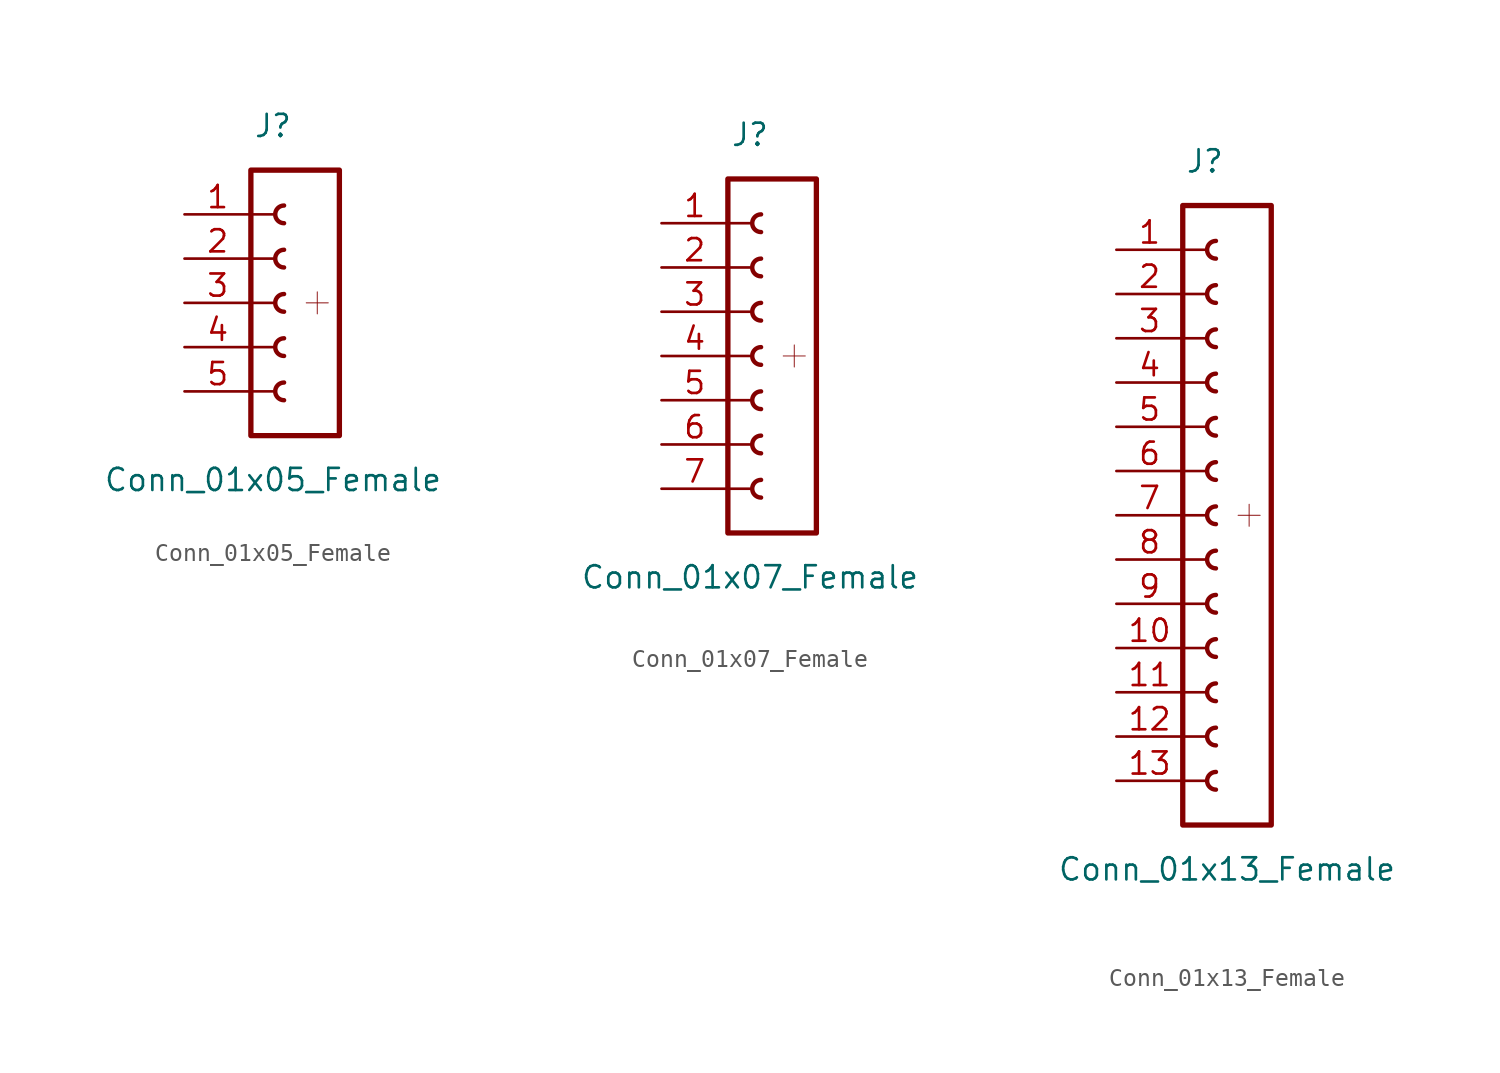
<source format=kicad_sym>
(kicad_symbol_lib
  (version 20211014)
  (generator kicad_symbol_editor)
  (symbol "Conn_01x05_Female"
    (pin_names
      (offset 1.016) hide)
    (property "Reference" "J"
      (at 0 10.16 0)
      (effects (font (size 1.27 1.27))))
    (property "Value" "Conn_01x05_Female"
      (at 0 -10.16 0)
      (effects (font (size 1.27 1.27))))
    (symbol "Conn_01x05_Female_0_1"
      (rectangle (start -1.27 -5.08) (end 0 -5.08) (stroke (width 0.152) (type default) (color 0 0 0 0)) (fill (type none)))
      (rectangle (start -1.27 -2.54) (end 0 -2.54) (stroke (width 0.152) (type default) (color 0 0 0 0)) (fill (type none)))
      (rectangle (start -1.27 0) (end 0 0) (stroke (width 0.152) (type default) (color 0 0 0 0)) (fill (type none)))
      (rectangle (start -1.27 2.54) (end 0 2.54) (stroke (width 0.152) (type default) (color 0 0 0 0)) (fill (type none)))
      (rectangle (start -1.27 5.08) (end 0 5.08) (stroke (width 0.152) (type default) (color 0 0 0 0)) (fill (type none)))
      (rectangle (start -1.27 7.62) (end 3.81 -7.62) (stroke (width 0.305) (type default) (color 0 0 0 0)) (fill (type none)))
      (polyline (pts (xy 1.905 0) (xy 3.175 0)) (stroke (width 0.051) (type default) (color 0 0 0 0)) (fill (type none)))
      (polyline (pts (xy 2.54 0.635) (xy 2.54 -0.635)) (stroke (width 0.051) (type default) (color 0 0 0 0)) (fill (type none))))
    (symbol "Conn_01x05_Female_1_1"
      (arc (start 0.635 -4.572) (mid 0.127 -5.08) (end 0.635 -5.588) (stroke (width 0.254) (type default) (color 0 0 0 0)) (fill (type none)))
      (arc (start 0.635 -2.032) (mid 0.127 -2.54) (end 0.635 -3.048) (stroke (width 0.254) (type default) (color 0 0 0 0)) (fill (type none)))
      (arc (start 0.635 0.508) (mid 0.127 0) (end 0.635 -0.508) (stroke (width 0.254) (type default) (color 0 0 0 0)) (fill (type none)))
      (arc (start 0.635 3.048) (mid 0.127 2.54) (end 0.635 2.032) (stroke (width 0.254) (type default) (color 0 0 0 0)) (fill (type none)))
      (arc (start 0.635 5.588) (mid 0.127 5.08) (end 0.635 4.572) (stroke (width 0.254) (type default) (color 0 0 0 0)) (fill (type none)))
      (pin passive line (at -5.08 5.08 0) (length 3.81) (name "Pin_1" (effects (font (size 1.27 1.27)))) (number "1" (effects (font (size 1.27 1.27)))))
      (pin passive line (at -5.08 2.54 0) (length 3.81) (name "Pin_2" (effects (font (size 1.27 1.27)))) (number "2" (effects (font (size 1.27 1.27)))))
      (pin passive line (at -5.08 0 0) (length 3.81) (name "Pin_3" (effects (font (size 1.27 1.27)))) (number "3" (effects (font (size 1.27 1.27)))))
      (pin passive line (at -5.08 -2.54 0) (length 3.81) (name "Pin_4" (effects (font (size 1.27 1.27)))) (number "4" (effects (font (size 1.27 1.27)))))
      (pin passive line (at -5.08 -5.08 0) (length 3.81) (name "Pin_5" (effects (font (size 1.27 1.27)))) (number "5" (effects (font (size 1.27 1.27)))))))
  (symbol "Conn_01x07_Female"
    (pin_names
      (offset 1.016) hide)
    (property "Reference" "J"
      (at 0 12.7 0)
      (effects (font (size 1.27 1.27))))
    (property "Value" "Conn_01x07_Female"
      (at 0 -12.7 0)
      (effects (font (size 1.27 1.27))))
    (symbol "Conn_01x07_Female_0_1"
      (rectangle (start -1.27 -2.54) (end 0 -2.54) (stroke (width 0.152) (type default) (color 0 0 0 0)) (fill (type none)))
      (rectangle (start -1.27 0) (end 0 0) (stroke (width 0.152) (type default) (color 0 0 0 0)) (fill (type none)))
      (rectangle (start -1.27 2.54) (end 0 2.54) (stroke (width 0.152) (type default) (color 0 0 0 0)) (fill (type none)))
      (rectangle (start -1.27 5.08) (end 0 5.08) (stroke (width 0.152) (type default) (color 0 0 0 0)) (fill (type none)))
      (rectangle (start -1.27 7.62) (end 0 7.62) (stroke (width 0.152) (type default) (color 0 0 0 0)) (fill (type none)))
      (rectangle (start -1.27 10.16) (end 3.81 -10.16) (stroke (width 0.305) (type default) (color 0 0 0 0)) (fill (type none)))
      (polyline (pts (xy 1.905 0) (xy 3.175 0)) (stroke (width 0.051) (type default) (color 0 0 0 0)) (fill (type none)))
      (polyline (pts (xy 2.54 0.635) (xy 2.54 -0.635)) (stroke (width 0.051) (type default) (color 0 0 0 0)) (fill (type none))))
    (symbol "Conn_01x07_Female_1_1"
      (rectangle (start -1.27 -7.62) (end 0 -7.62) (stroke (width 0.152) (type default) (color 0 0 0 0)) (fill (type none)))
      (rectangle (start -1.27 -5.08) (end 0 -5.08) (stroke (width 0.152) (type default) (color 0 0 0 0)) (fill (type none)))
      (arc (start 0.635 -7.112) (mid 0.127 -7.62) (end 0.635 -8.128) (stroke (width 0.254) (type default) (color 0 0 0 0)) (fill (type none)))
      (arc (start 0.635 -4.572) (mid 0.127 -5.08) (end 0.635 -5.588) (stroke (width 0.254) (type default) (color 0 0 0 0)) (fill (type none)))
      (arc (start 0.635 -2.032) (mid 0.127 -2.54) (end 0.635 -3.048) (stroke (width 0.254) (type default) (color 0 0 0 0)) (fill (type none)))
      (arc (start 0.635 0.508) (mid 0.127 0) (end 0.635 -0.508) (stroke (width 0.254) (type default) (color 0 0 0 0)) (fill (type none)))
      (arc (start 0.635 3.048) (mid 0.127 2.54) (end 0.635 2.032) (stroke (width 0.254) (type default) (color 0 0 0 0)) (fill (type none)))
      (arc (start 0.635 5.588) (mid 0.127 5.08) (end 0.635 4.572) (stroke (width 0.254) (type default) (color 0 0 0 0)) (fill (type none)))
      (arc (start 0.635 8.128) (mid 0.127 7.62) (end 0.635 7.112) (stroke (width 0.254) (type default) (color 0 0 0 0)) (fill (type none)))
      (pin passive line (at -5.08 7.62 0) (length 3.81) (name "Pin_1" (effects (font (size 1.27 1.27)))) (number "1" (effects (font (size 1.27 1.27)))))
      (pin passive line (at -5.08 5.08 0) (length 3.81) (name "Pin_2" (effects (font (size 1.27 1.27)))) (number "2" (effects (font (size 1.27 1.27)))))
      (pin passive line (at -5.08 2.54 0) (length 3.81) (name "Pin_3" (effects (font (size 1.27 1.27)))) (number "3" (effects (font (size 1.27 1.27)))))
      (pin passive line (at -5.08 0 0) (length 3.81) (name "Pin_4" (effects (font (size 1.27 1.27)))) (number "4" (effects (font (size 1.27 1.27)))))
      (pin passive line (at -5.08 -2.54 0) (length 3.81) (name "Pin_5" (effects (font (size 1.27 1.27)))) (number "5" (effects (font (size 1.27 1.27)))))
      (pin passive line (at -5.08 -5.08 0) (length 3.81) (name "Pin_6" (effects (font (size 1.27 1.27)))) (number "6" (effects (font (size 1.27 1.27)))))
      (pin passive line (at -5.08 -7.62 0) (length 3.81) (name "Pin_7" (effects (font (size 1.27 1.27)))) (number "7" (effects (font (size 1.27 1.27)))))))
  (symbol "Conn_01x13_Female"
    (pin_names
      (offset 1.016) hide)
    (property "Reference" "J"
      (at 0 20.32 0)
      (effects (font (size 1.27 1.27))))
    (property "Value" "Conn_01x13_Female"
      (at 1.27 -20.32 0)
      (effects (font (size 1.27 1.27))))
    (symbol "Conn_01x13_Female_0_1"
      (rectangle (start -1.27 -15.24) (end 0 -15.24) (stroke (width 0.152) (type default) (color 0 0 0 0)) (fill (type none)))
      (rectangle (start -1.27 -12.7) (end 0 -12.7) (stroke (width 0.152) (type default) (color 0 0 0 0)) (fill (type none)))
      (rectangle (start -1.27 -10.16) (end 0 -10.16) (stroke (width 0.152) (type default) (color 0 0 0 0)) (fill (type none)))
      (rectangle (start -1.27 -7.62) (end 0 -7.62) (stroke (width 0.152) (type default) (color 0 0 0 0)) (fill (type none)))
      (rectangle (start -1.27 -5.08) (end 0 -5.08) (stroke (width 0.152) (type default) (color 0 0 0 0)) (fill (type none)))
      (rectangle (start -1.27 -2.54) (end 0 -2.54) (stroke (width 0.152) (type default) (color 0 0 0 0)) (fill (type none)))
      (rectangle (start -1.27 0) (end 0 0) (stroke (width 0.152) (type default) (color 0 0 0 0)) (fill (type none)))
      (rectangle (start -1.27 2.54) (end 0 2.54) (stroke (width 0.152) (type default) (color 0 0 0 0)) (fill (type none)))
      (rectangle (start -1.27 5.08) (end 0 5.08) (stroke (width 0.152) (type default) (color 0 0 0 0)) (fill (type none)))
      (rectangle (start -1.27 7.62) (end 0 7.62) (stroke (width 0.152) (type default) (color 0 0 0 0)) (fill (type none)))
      (rectangle (start -1.27 10.16) (end 0 10.16) (stroke (width 0.152) (type default) (color 0 0 0 0)) (fill (type none)))
      (rectangle (start -1.27 12.7) (end 0 12.7) (stroke (width 0.152) (type default) (color 0 0 0 0)) (fill (type none)))
      (rectangle (start -1.27 15.24) (end 0 15.24) (stroke (width 0.152) (type default) (color 0 0 0 0)) (fill (type none)))
      (rectangle (start -1.27 17.78) (end 3.81 -17.78) (stroke (width 0.305) (type default) (color 0 0 0 0)) (fill (type none)))
      (polyline (pts (xy 1.905 0) (xy 3.175 0)) (stroke (width 0.051) (type default) (color 0 0 0 0)) (fill (type none)))
      (polyline (pts (xy 2.54 0.635) (xy 2.54 -0.635)) (stroke (width 0.051) (type default) (color 0 0 0 0)) (fill (type none))))
    (symbol "Conn_01x13_Female_1_1"
      (arc (start 0.635 -14.732) (mid 0.127 -15.24) (end 0.635 -15.748) (stroke (width 0.254) (type default) (color 0 0 0 0)) (fill (type none)))
      (arc (start 0.635 -12.192) (mid 0.127 -12.7) (end 0.635 -13.208) (stroke (width 0.254) (type default) (color 0 0 0 0)) (fill (type none)))
      (arc (start 0.635 -9.652) (mid 0.127 -10.16) (end 0.635 -10.668) (stroke (width 0.254) (type default) (color 0 0 0 0)) (fill (type none)))
      (arc (start 0.635 -7.112) (mid 0.127 -7.62) (end 0.635 -8.128) (stroke (width 0.254) (type default) (color 0 0 0 0)) (fill (type none)))
      (arc (start 0.635 -4.572) (mid 0.127 -5.08) (end 0.635 -5.588) (stroke (width 0.254) (type default) (color 0 0 0 0)) (fill (type none)))
      (arc (start 0.635 -2.032) (mid 0.127 -2.54) (end 0.635 -3.048) (stroke (width 0.254) (type default) (color 0 0 0 0)) (fill (type none)))
      (arc (start 0.635 0.508) (mid 0.127 0) (end 0.635 -0.508) (stroke (width 0.254) (type default) (color 0 0 0 0)) (fill (type none)))
      (arc (start 0.635 3.048) (mid 0.127 2.54) (end 0.635 2.032) (stroke (width 0.254) (type default) (color 0 0 0 0)) (fill (type none)))
      (arc (start 0.635 5.588) (mid 0.127 5.08) (end 0.635 4.572) (stroke (width 0.254) (type default) (color 0 0 0 0)) (fill (type none)))
      (arc (start 0.635 8.128) (mid 0.127 7.62) (end 0.635 7.112) (stroke (width 0.254) (type default) (color 0 0 0 0)) (fill (type none)))
      (arc (start 0.635 10.668) (mid 0.127 10.16) (end 0.635 9.652) (stroke (width 0.254) (type default) (color 0 0 0 0)) (fill (type none)))
      (arc (start 0.635 13.208) (mid 0.127 12.7) (end 0.635 12.192) (stroke (width 0.254) (type default) (color 0 0 0 0)) (fill (type none)))
      (arc (start 0.635 15.748) (mid 0.127 15.24) (end 0.635 14.732) (stroke (width 0.254) (type default) (color 0 0 0 0)) (fill (type none)))
      (pin passive line (at -5.08 15.24 0) (length 3.81) (name "Pin_1" (effects (font (size 1.27 1.27)))) (number "1" (effects (font (size 1.27 1.27)))))
      (pin passive line (at -5.08 -7.62 0) (length 3.81) (name "Pin_10" (effects (font (size 1.27 1.27)))) (number "10" (effects (font (size 1.27 1.27)))))
      (pin passive line (at -5.08 -10.16 0) (length 3.81) (name "Pin_11" (effects (font (size 1.27 1.27)))) (number "11" (effects (font (size 1.27 1.27)))))
      (pin passive line (at -5.08 -12.7 0) (length 3.81) (name "Pin_12" (effects (font (size 1.27 1.27)))) (number "12" (effects (font (size 1.27 1.27)))))
      (pin passive line (at -5.08 -15.24 0) (length 3.81) (name "Pin_13" (effects (font (size 1.27 1.27)))) (number "13" (effects (font (size 1.27 1.27)))))
      (pin passive line (at -5.08 12.7 0) (length 3.81) (name "Pin_2" (effects (font (size 1.27 1.27)))) (number "2" (effects (font (size 1.27 1.27)))))
      (pin passive line (at -5.08 10.16 0) (length 3.81) (name "Pin_3" (effects (font (size 1.27 1.27)))) (number "3" (effects (font (size 1.27 1.27)))))
      (pin passive line (at -5.08 7.62 0) (length 3.81) (name "Pin_4" (effects (font (size 1.27 1.27)))) (number "4" (effects (font (size 1.27 1.27)))))
      (pin passive line (at -5.08 5.08 0) (length 3.81) (name "Pin_5" (effects (font (size 1.27 1.27)))) (number "5" (effects (font (size 1.27 1.27)))))
      (pin passive line (at -5.08 2.54 0) (length 3.81) (name "Pin_6" (effects (font (size 1.27 1.27)))) (number "6" (effects (font (size 1.27 1.27)))))
      (pin passive line (at -5.08 0 0) (length 3.81) (name "Pin_7" (effects (font (size 1.27 1.27)))) (number "7" (effects (font (size 1.27 1.27)))))
      (pin passive line (at -5.08 -2.54 0) (length 3.81) (name "Pin_8" (effects (font (size 1.27 1.27)))) (number "8" (effects (font (size 1.27 1.27)))))
      (pin passive line (at -5.08 -5.08 0) (length 3.81) (name "Pin_9" (effects (font (size 1.27 1.27)))) (number "9" (effects (font (size 1.27 1.27))))))))
</source>
